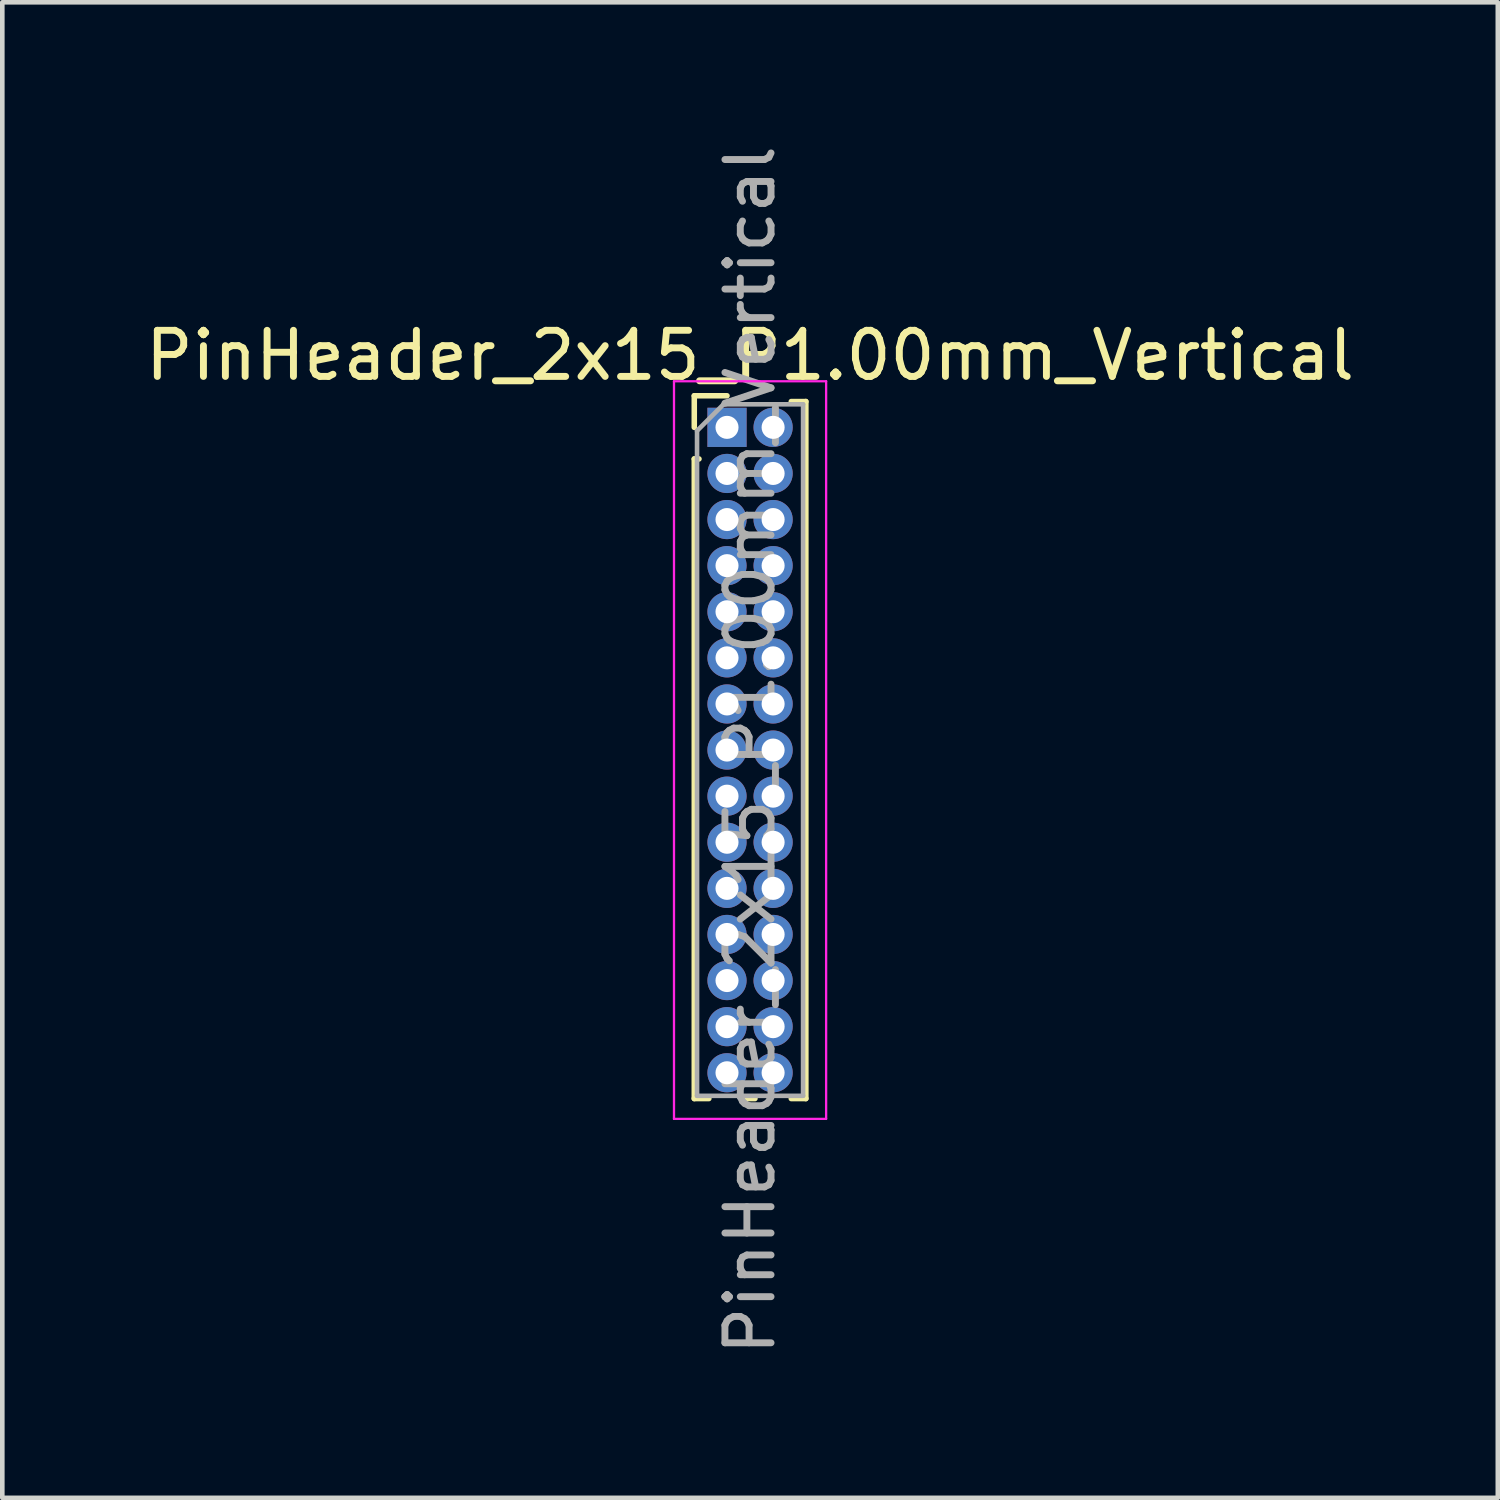
<source format=kicad_pcb>
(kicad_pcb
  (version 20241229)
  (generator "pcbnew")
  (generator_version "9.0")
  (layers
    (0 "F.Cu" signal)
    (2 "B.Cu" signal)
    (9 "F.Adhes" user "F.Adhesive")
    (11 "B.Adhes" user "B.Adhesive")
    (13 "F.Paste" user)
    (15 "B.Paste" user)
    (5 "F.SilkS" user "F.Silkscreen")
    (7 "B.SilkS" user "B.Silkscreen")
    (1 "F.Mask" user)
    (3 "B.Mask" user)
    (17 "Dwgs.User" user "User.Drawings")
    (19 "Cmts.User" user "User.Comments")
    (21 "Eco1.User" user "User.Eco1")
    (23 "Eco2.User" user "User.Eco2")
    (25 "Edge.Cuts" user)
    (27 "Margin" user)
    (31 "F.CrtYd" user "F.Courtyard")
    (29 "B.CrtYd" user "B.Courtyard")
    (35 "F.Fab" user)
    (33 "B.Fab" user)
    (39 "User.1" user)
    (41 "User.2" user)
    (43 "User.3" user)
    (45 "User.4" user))
  (footprint "PinHeader_2x15_P1.00mm_Vertical"
    (layer "F.Cu")
    (at 12.72 6.22)
    (property "Reference" "PinHeader_2x15_P1.00mm_Vertical" (at 0.5 -1.56 0) (layer "F.SilkS") (effects (font (size 1 1) (thickness 0.15))))
    (attr through_hole)
    (fp_line (start -0.71 -0.685) (end 0 -0.685) (stroke (width 0.12) (type solid)) (layer "F.SilkS"))
    (fp_line (start -0.71 0) (end -0.71 -0.685) (stroke (width 0.12) (type solid)) (layer "F.SilkS"))
    (fp_line (start -0.71 0.685) (end -0.71 14.56) (stroke (width 0.12) (type solid)) (layer "F.SilkS"))
    (fp_line (start -0.71 0.685) (end -0.608 0.685) (stroke (width 0.12) (type solid)) (layer "F.SilkS"))
    (fp_line (start -0.71 14.56) (end -0.394 14.56) (stroke (width 0.12) (type solid)) (layer "F.SilkS"))
    (fp_line (start 0.394 14.56) (end 0.606 14.56) (stroke (width 0.12) (type solid)) (layer "F.SilkS"))
    (fp_line (start 1.394 -0.56) (end 1.71 -0.56) (stroke (width 0.12) (type solid)) (layer "F.SilkS"))
    (fp_line (start 1.394 14.56) (end 1.71 14.56) (stroke (width 0.12) (type solid)) (layer "F.SilkS"))
    (fp_line (start 1.71 -0.56) (end 1.71 14.56) (stroke (width 0.12) (type solid)) (layer "F.SilkS"))
    (fp_line (start -1.15 -1) (end -1.15 15) (stroke (width 0.05) (type solid)) (layer "F.CrtYd"))
    (fp_line (start -1.15 15) (end 2.15 15) (stroke (width 0.05) (type solid)) (layer "F.CrtYd"))
    (fp_line (start 2.15 -1) (end -1.15 -1) (stroke (width 0.05) (type solid)) (layer "F.CrtYd"))
    (fp_line (start 2.15 15) (end 2.15 -1) (stroke (width 0.05) (type solid)) (layer "F.CrtYd"))
    (fp_line (start -0.65 0.075) (end -0.075 -0.5) (stroke (width 0.1) (type solid)) (layer "F.Fab"))
    (fp_line (start -0.65 14.5) (end -0.65 0.075) (stroke (width 0.1) (type solid)) (layer "F.Fab"))
    (fp_line (start -0.075 -0.5) (end 1.65 -0.5) (stroke (width 0.1) (type solid)) (layer "F.Fab"))
    (fp_line (start 1.65 -0.5) (end 1.65 14.5) (stroke (width 0.1) (type solid)) (layer "F.Fab"))
    (fp_line (start 1.65 14.5) (end -0.65 14.5) (stroke (width 0.1) (type solid)) (layer "F.Fab"))
    (fp_text user "${REFERENCE}" (at 0.5 7 90) (layer "F.Fab") (effects (font (size 1 1) (thickness 0.15))))
    (pad "1" thru_hole rect (at 0 0) (size 0.85 0.85) (drill 0.5) (layers "*.Cu" "*.Mask"))
    (pad "2" thru_hole oval (at 1 0) (size 0.85 0.85) (drill 0.5) (layers "*.Cu" "*.Mask"))
    (pad "3" thru_hole oval (at 0 1) (size 0.85 0.85) (drill 0.5) (layers "*.Cu" "*.Mask"))
    (pad "4" thru_hole oval (at 1 1) (size 0.85 0.85) (drill 0.5) (layers "*.Cu" "*.Mask"))
    (pad "5" thru_hole oval (at 0 2) (size 0.85 0.85) (drill 0.5) (layers "*.Cu" "*.Mask"))
    (pad "6" thru_hole oval (at 1 2) (size 0.85 0.85) (drill 0.5) (layers "*.Cu" "*.Mask"))
    (pad "7" thru_hole oval (at 0 3) (size 0.85 0.85) (drill 0.5) (layers "*.Cu" "*.Mask"))
    (pad "8" thru_hole oval (at 1 3) (size 0.85 0.85) (drill 0.5) (layers "*.Cu" "*.Mask"))
    (pad "9" thru_hole oval (at 0 4) (size 0.85 0.85) (drill 0.5) (layers "*.Cu" "*.Mask"))
    (pad "10" thru_hole oval (at 1 4) (size 0.85 0.85) (drill 0.5) (layers "*.Cu" "*.Mask"))
    (pad "11" thru_hole oval (at 0 5) (size 0.85 0.85) (drill 0.5) (layers "*.Cu" "*.Mask"))
    (pad "12" thru_hole oval (at 1 5) (size 0.85 0.85) (drill 0.5) (layers "*.Cu" "*.Mask"))
    (pad "13" thru_hole oval (at 0 6) (size 0.85 0.85) (drill 0.5) (layers "*.Cu" "*.Mask"))
    (pad "14" thru_hole oval (at 1 6) (size 0.85 0.85) (drill 0.5) (layers "*.Cu" "*.Mask"))
    (pad "15" thru_hole oval (at 0 7) (size 0.85 0.85) (drill 0.5) (layers "*.Cu" "*.Mask"))
    (pad "16" thru_hole oval (at 1 7) (size 0.85 0.85) (drill 0.5) (layers "*.Cu" "*.Mask"))
    (pad "17" thru_hole oval (at 0 8) (size 0.85 0.85) (drill 0.5) (layers "*.Cu" "*.Mask"))
    (pad "18" thru_hole oval (at 1 8) (size 0.85 0.85) (drill 0.5) (layers "*.Cu" "*.Mask"))
    (pad "19" thru_hole oval (at 0 9) (size 0.85 0.85) (drill 0.5) (layers "*.Cu" "*.Mask"))
    (pad "20" thru_hole oval (at 1 9) (size 0.85 0.85) (drill 0.5) (layers "*.Cu" "*.Mask"))
    (pad "21" thru_hole oval (at 0 10) (size 0.85 0.85) (drill 0.5) (layers "*.Cu" "*.Mask"))
    (pad "22" thru_hole oval (at 1 10) (size 0.85 0.85) (drill 0.5) (layers "*.Cu" "*.Mask"))
    (pad "23" thru_hole oval (at 0 11) (size 0.85 0.85) (drill 0.5) (layers "*.Cu" "*.Mask"))
    (pad "24" thru_hole oval (at 1 11) (size 0.85 0.85) (drill 0.5) (layers "*.Cu" "*.Mask"))
    (pad "25" thru_hole oval (at 0 12) (size 0.85 0.85) (drill 0.5) (layers "*.Cu" "*.Mask"))
    (pad "26" thru_hole oval (at 1 12) (size 0.85 0.85) (drill 0.5) (layers "*.Cu" "*.Mask"))
    (pad "27" thru_hole oval (at 0 13) (size 0.85 0.85) (drill 0.5) (layers "*.Cu" "*.Mask"))
    (pad "28" thru_hole oval (at 1 13) (size 0.85 0.85) (drill 0.5) (layers "*.Cu" "*.Mask"))
    (pad "29" thru_hole oval (at 0 14) (size 0.85 0.85) (drill 0.5) (layers "*.Cu" "*.Mask"))
    (pad "30" thru_hole oval (at 1 14) (size 0.85 0.85) (drill 0.5) (layers "*.Cu" "*.Mask")))
  (gr_rect
    (start -3 -3)
    (end 29.44 29.44)
    (stroke (width 0.1) (type default))
    (fill no)
    (layer "Edge.Cuts")))
</source>
